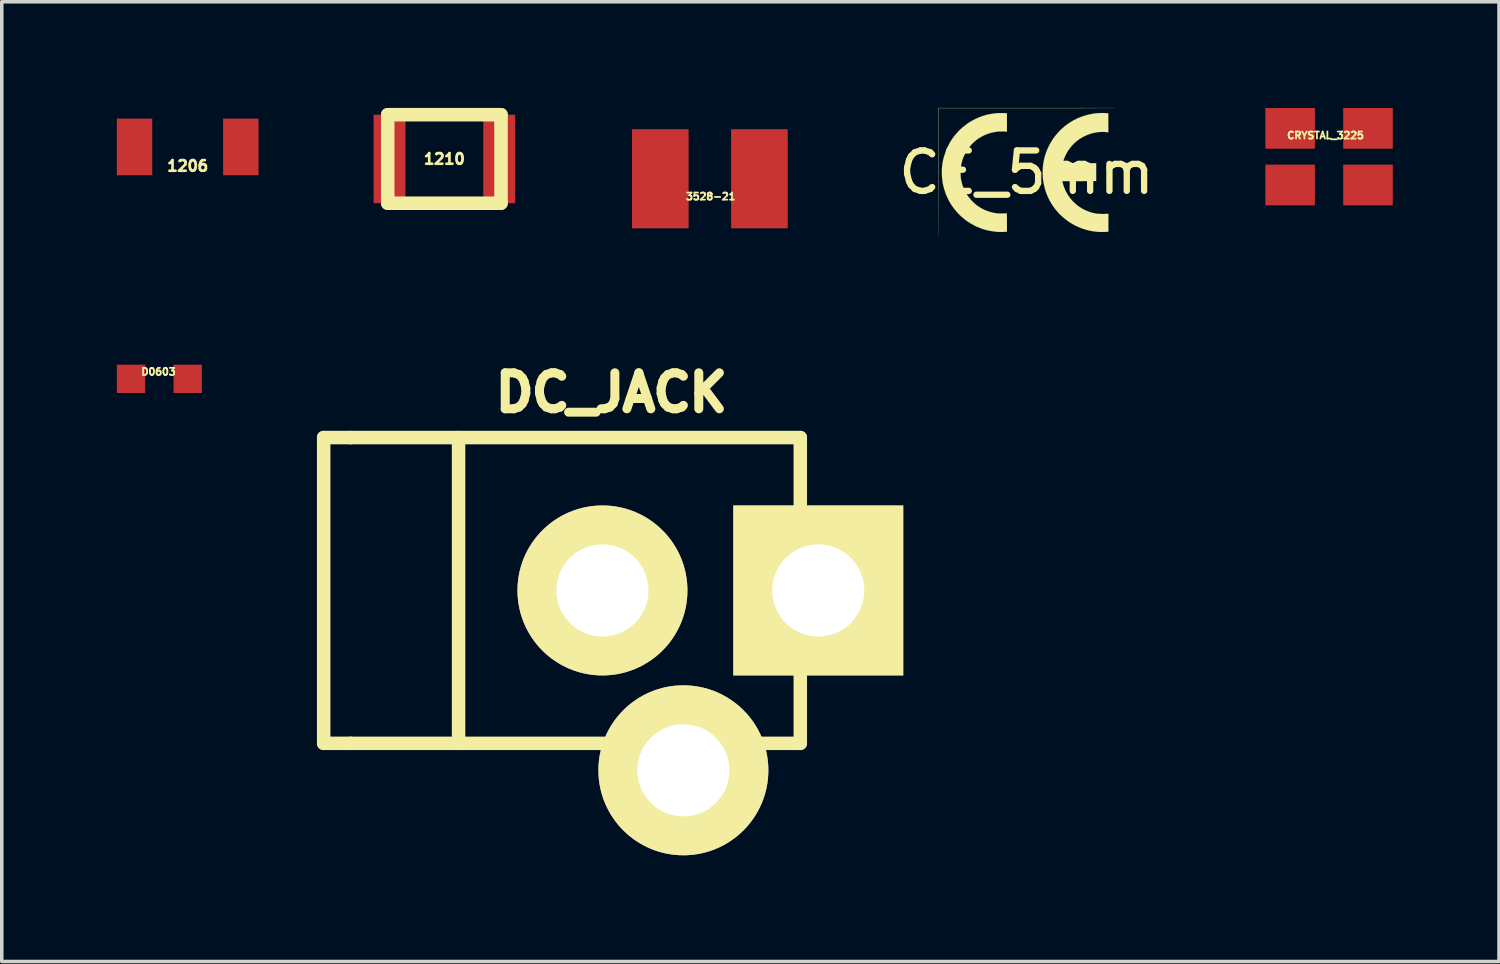
<source format=kicad_pcb>
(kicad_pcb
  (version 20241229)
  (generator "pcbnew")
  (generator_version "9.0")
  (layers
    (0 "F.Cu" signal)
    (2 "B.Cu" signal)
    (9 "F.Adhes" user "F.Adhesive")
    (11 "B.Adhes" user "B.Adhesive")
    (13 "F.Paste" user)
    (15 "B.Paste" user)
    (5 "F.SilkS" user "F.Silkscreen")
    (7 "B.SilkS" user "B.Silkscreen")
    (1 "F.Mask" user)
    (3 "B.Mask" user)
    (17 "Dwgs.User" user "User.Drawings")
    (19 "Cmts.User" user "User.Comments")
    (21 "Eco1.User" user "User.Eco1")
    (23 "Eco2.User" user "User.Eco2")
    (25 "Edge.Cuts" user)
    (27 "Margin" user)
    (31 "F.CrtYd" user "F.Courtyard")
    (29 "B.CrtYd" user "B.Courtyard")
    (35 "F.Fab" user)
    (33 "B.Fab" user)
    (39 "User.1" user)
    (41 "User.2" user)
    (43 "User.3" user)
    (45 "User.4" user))
  (footprint "3528-21"
    (layer "F.Cu")
    (at 17 1.999)
    (property "Reference" "3528-21" (at 0.025 0.5 0) (layer "F.SilkS") (effects (font (size 0.2 0.2) (thickness 0.05))))
    (attr smd)
    (fp_line (start -2.499 -1.501) (end -2.499 1.501) (stroke (width 0.001) (type solid)) (layer "F.SilkS"))
    (fp_line (start -2.499 1.501) (end -1.999 1.999) (stroke (width 0.001) (type solid)) (layer "F.SilkS"))
    (fp_line (start -1.999 -1.999) (end -2.499 -1.501) (stroke (width 0.001) (type solid)) (layer "F.SilkS"))
    (fp_line (start -1.75 -1.4) (end 1.75 -1.4) (stroke (width 0.001) (type solid)) (layer "F.SilkS"))
    (fp_line (start -1.75 1.4) (end -1.75 -1.4) (stroke (width 0.001) (type solid)) (layer "F.SilkS"))
    (fp_line (start 1.75 -1.4) (end 1.75 1.4) (stroke (width 0.001) (type solid)) (layer "F.SilkS"))
    (fp_line (start 1.75 1.4) (end -1.75 1.4) (stroke (width 0.001) (type solid)) (layer "F.SilkS"))
    (pad "1" smd rect (at -1.4 0) (size 1.6 2.799) (layers "F.Cu" "F.Mask" "F.Paste"))
    (pad "2" smd rect (at 1.4 0) (size 1.6 2.799) (layers "F.Cu" "F.Mask" "F.Paste")))
  (footprint "1206"
    (layer "F.Cu")
    (at 2.251 1.1)
    (property "Reference" "1206" (at 0 0.537 0) (layer "F.SilkS") (effects (font (size 0.3 0.3) (thickness 0.075))))
    (attr smd)
    (fp_line (start -2.25 -1.1) (end -2.25 1.1) (stroke (width 0.001) (type solid)) (layer "F.SilkS"))
    (fp_line (start -2.25 1.1) (end 2.25 1.1) (stroke (width 0.001) (type solid)) (layer "F.SilkS"))
    (fp_line (start 2.25 -1.1) (end -2.25 -1.1) (stroke (width 0.001) (type solid)) (layer "F.SilkS"))
    (fp_line (start 2.25 1.1) (end 2.25 -1.1) (stroke (width 0.001) (type solid)) (layer "F.SilkS"))
    (pad "1" smd rect (at -1.501 0) (size 1.001 1.6) (layers "F.Cu" "F.Mask" "F.Paste"))
    (pad "2" smd rect (at 1.501 0) (size 1.001 1.6) (layers "F.Cu" "F.Mask" "F.Paste")))
  (footprint "1210"
    (layer "F.Cu")
    (at 9.501 1.44)
    (property "Reference" "1210" (at 0 0 0) (layer "F.SilkS") (effects (font (size 0.3 0.3) (thickness 0.076))))
    (attr through_hole)
    (fp_line (start -1.6 -1.25) (end -1.6 1.25) (stroke (width 0.381) (type solid)) (layer "F.SilkS"))
    (fp_line (start -1.6 1.25) (end 1.6 1.25) (stroke (width 0.381) (type solid)) (layer "F.SilkS"))
    (fp_line (start 1.6 -1.25) (end -1.6 -1.25) (stroke (width 0.381) (type solid)) (layer "F.SilkS"))
    (fp_line (start 1.6 1.25) (end 1.6 -1.25) (stroke (width 0.381) (type solid)) (layer "F.SilkS"))
    (pad "1" smd rect (at -1.549 0) (size 0.899 2.499) (layers "F.Cu" "F.Mask" "F.Paste"))
    (pad "2" smd rect (at 1.549 0) (size 0.899 2.499) (layers "F.Cu" "F.Mask" "F.Paste")))
  (footprint "CRYSTAL_3225"
    (layer "F.Cu")
    (at 34.489 1.375)
    (property "Reference" "CRYSTAL_3225" (at -0.1 -0.6 0) (layer "F.SilkS") (effects (font (size 0.2 0.2) (thickness 0.05))))
    (attr smd)
    (fp_line (start -1.6 -1.3) (end 1.6 -1.3) (stroke (width 0.001) (type solid)) (layer "F.SilkS"))
    (fp_line (start -1.6 1.3) (end -1.6 -1.3) (stroke (width 0.001) (type solid)) (layer "F.SilkS"))
    (fp_line (start -1.587 0.508) (end -0.572 0.508) (stroke (width 0.001) (type solid)) (layer "F.SilkS"))
    (fp_line (start -0.572 0.508) (end -0.572 1.27) (stroke (width 0.001) (type solid)) (layer "F.SilkS"))
    (fp_line (start 1.6 -1.3) (end 1.6 1.3) (stroke (width 0.001) (type solid)) (layer "F.SilkS"))
    (fp_line (start 1.6 1.3) (end -1.6 1.3) (stroke (width 0.001) (type solid)) (layer "F.SilkS"))
    (pad "1" smd rect (at -1.1 0.8) (size 1.4 1.151) (layers "F.Cu" "F.Mask" "F.Paste"))
    (pad "2" smd rect (at 1.1 -0.8) (size 1.4 1.151) (layers "F.Cu" "F.Mask" "F.Paste"))
    (pad "3" smd rect (at -1.1 -0.8) (size 1.4 1.151) (layers "F.Cu" "F.Mask" "F.Paste"))
    (pad "3" smd rect (at 1.1 0.8) (size 1.4 1.151) (layers "F.Cu" "F.Mask" "F.Paste")))
  (footprint "CE_5mm"
    (layer "F.Cu")
    (at 25.945 1.822)
    (property "Reference" "CE_5mm" (at 0 0 0) (layer "F.SilkS") (effects (font (size 1.143 1.143) (thickness 0.178))))
    (attr through_hole)
    (fp_poly (pts (xy 2.499 -1.821) (xy 0.003 -1.819) (xy -2.494 -1.819) (xy -2.494 0.003) (xy -2.497 1.824) (xy -2.497 0) (xy -2.497 -1.821) (xy 0 -1.821) (xy 2.499 -1.821)) (stroke (width 0.003) (type solid)) (fill yes) (layer "F.SilkS"))
    (fp_poly (pts (xy 2.311 1.671) (xy 2.301 1.671) (xy 2.289 1.674) (xy 2.268 1.676) (xy 2.243 1.676) (xy 2.217 1.679) (xy 2.187 1.679) (xy 2.156 1.679) (xy 2.129 1.679) (xy 2.101 1.679) (xy 2.075 1.679) (xy 2.052 1.679) (xy 2.05 1.679) (xy 1.961 1.671) (xy 1.877 1.661) (xy 1.796 1.646) (xy 1.714 1.626) (xy 1.659 1.61) (xy 1.56 1.58) (xy 1.463 1.539) (xy 1.369 1.496) (xy 1.278 1.445) (xy 1.189 1.389) (xy 1.105 1.326) (xy 1.024 1.26) (xy 0.947 1.189) (xy 0.876 1.113) (xy 0.81 1.034) (xy 0.762 0.968) (xy 0.704 0.879) (xy 0.65 0.79) (xy 0.605 0.696) (xy 0.566 0.602) (xy 0.531 0.505) (xy 0.505 0.406) (xy 0.483 0.307) (xy 0.467 0.208) (xy 0.457 0.107) (xy 0.455 0.005) (xy 0.457 -0.094) (xy 0.465 -0.196) (xy 0.48 -0.295) (xy 0.5 -0.396) (xy 0.528 -0.493) (xy 0.561 -0.589) (xy 0.599 -0.683) (xy 0.645 -0.777) (xy 0.696 -0.869) (xy 0.752 -0.955) (xy 0.792 -1.011) (xy 0.859 -1.092) (xy 0.927 -1.168) (xy 1.003 -1.242) (xy 1.082 -1.311) (xy 1.163 -1.372) (xy 1.25 -1.427) (xy 1.339 -1.481) (xy 1.433 -1.527) (xy 1.527 -1.567) (xy 1.626 -1.6) (xy 1.725 -1.628) (xy 1.826 -1.651) (xy 1.93 -1.669) (xy 2.035 -1.676) (xy 2.136 -1.681) (xy 2.154 -1.681) (xy 2.174 -1.679) (xy 2.2 -1.679) (xy 2.223 -1.679) (xy 2.245 -1.676) (xy 2.266 -1.674) (xy 2.283 -1.674) (xy 2.296 -1.671) (xy 2.299 -1.671) (xy 2.309 -1.671) (xy 2.309 -1.402) (xy 2.309 -1.135) (xy 2.291 -1.138) (xy 2.235 -1.143) (xy 2.177 -1.146) (xy 2.118 -1.146) (xy 2.062 -1.143) (xy 2.009 -1.138) (xy 2.007 -1.138) (xy 1.918 -1.123) (xy 1.831 -1.102) (xy 1.748 -1.074) (xy 1.669 -1.041) (xy 1.59 -1.003) (xy 1.516 -0.958) (xy 1.445 -0.909) (xy 1.377 -0.853) (xy 1.313 -0.792) (xy 1.255 -0.726) (xy 1.212 -0.671) (xy 1.166 -0.605) (xy 1.123 -0.531) (xy 1.087 -0.457) (xy 1.054 -0.376) (xy 1.034 -0.312) (xy 1.029 -0.295) (xy 1.026 -0.282) (xy 1.024 -0.272) (xy 1.021 -0.267) (xy 1.024 -0.267) (xy 1.029 -0.264) (xy 1.034 -0.264) (xy 1.044 -0.264) (xy 1.054 -0.264) (xy 1.069 -0.264) (xy 1.087 -0.264) (xy 1.11 -0.264) (xy 1.135 -0.262) (xy 1.166 -0.262) (xy 1.201 -0.262) (xy 1.24 -0.262) (xy 1.285 -0.262) (xy 1.336 -0.262) (xy 1.392 -0.262) (xy 1.455 -0.262) (xy 1.494 -0.262) (xy 1.966 -0.262) (xy 1.966 -0.01) (xy 1.966 0.241) (xy 1.488 0.244) (xy 1.008 0.244) (xy 1.024 0.3) (xy 1.036 0.351) (xy 1.052 0.396) (xy 1.069 0.439) (xy 1.087 0.485) (xy 1.11 0.531) (xy 1.115 0.541) (xy 1.156 0.617) (xy 1.204 0.688) (xy 1.257 0.757) (xy 1.316 0.823) (xy 1.379 0.881) (xy 1.445 0.937) (xy 1.481 0.963) (xy 1.554 1.011) (xy 1.631 1.052) (xy 1.709 1.087) (xy 1.791 1.118) (xy 1.877 1.143) (xy 1.966 1.161) (xy 1.984 1.163) (xy 2.012 1.166) (xy 2.042 1.168) (xy 2.075 1.171) (xy 2.111 1.171) (xy 2.146 1.173) (xy 2.182 1.173) (xy 2.217 1.171) (xy 2.248 1.171) (xy 2.276 1.168) (xy 2.299 1.166) (xy 2.304 1.163) (xy 2.311 1.163) (xy 2.311 1.417) (xy 2.311 1.671)) (stroke (width 0.003) (type solid)) (fill yes) (layer "F.SilkS"))
    (fp_poly (pts (xy -0.554 1.671) (xy -0.572 1.674) (xy -0.579 1.676) (xy -0.594 1.676) (xy -0.612 1.676) (xy -0.635 1.676) (xy -0.658 1.679) (xy -0.683 1.679) (xy -0.709 1.679) (xy -0.734 1.679) (xy -0.757 1.679) (xy -0.775 1.679) (xy -0.787 1.679) (xy -0.798 1.679) (xy -0.805 1.679) (xy -0.82 1.676) (xy -0.836 1.676) (xy -0.856 1.674) (xy -0.958 1.661) (xy -1.057 1.643) (xy -1.158 1.621) (xy -1.257 1.59) (xy -1.354 1.552) (xy -1.405 1.532) (xy -1.496 1.486) (xy -1.585 1.435) (xy -1.674 1.379) (xy -1.755 1.318) (xy -1.836 1.25) (xy -1.91 1.179) (xy -1.981 1.102) (xy -2.047 1.021) (xy -2.108 0.937) (xy -2.149 0.874) (xy -2.187 0.808) (xy -2.223 0.737) (xy -2.256 0.665) (xy -2.286 0.594) (xy -2.309 0.523) (xy -2.311 0.516) (xy -2.342 0.414) (xy -2.365 0.31) (xy -2.38 0.206) (xy -2.39 0.099) (xy -2.393 -0.005) (xy -2.39 -0.112) (xy -2.38 -0.216) (xy -2.365 -0.315) (xy -2.342 -0.414) (xy -2.311 -0.513) (xy -2.278 -0.61) (xy -2.238 -0.706) (xy -2.192 -0.798) (xy -2.141 -0.886) (xy -2.106 -0.94) (xy -2.045 -1.024) (xy -1.979 -1.105) (xy -1.908 -1.181) (xy -1.834 -1.252) (xy -1.753 -1.318) (xy -1.669 -1.382) (xy -1.582 -1.438) (xy -1.491 -1.488) (xy -1.397 -1.534) (xy -1.3 -1.575) (xy -1.201 -1.608) (xy -1.199 -1.608) (xy -1.11 -1.633) (xy -1.016 -1.651) (xy -0.922 -1.666) (xy -0.826 -1.676) (xy -0.732 -1.679) (xy -0.64 -1.679) (xy -0.582 -1.674) (xy -0.554 -1.674) (xy -0.554 -1.41) (xy -0.554 -1.148) (xy -0.561 -1.151) (xy -0.577 -1.153) (xy -0.597 -1.156) (xy -0.622 -1.158) (xy -0.65 -1.158) (xy -0.681 -1.158) (xy -0.714 -1.158) (xy -0.747 -1.158) (xy -0.777 -1.158) (xy -0.808 -1.156) (xy -0.833 -1.153) (xy -0.851 -1.151) (xy -0.94 -1.135) (xy -1.026 -1.115) (xy -1.11 -1.087) (xy -1.191 -1.054) (xy -1.27 -1.013) (xy -1.344 -0.97) (xy -1.415 -0.919) (xy -1.483 -0.861) (xy -1.524 -0.823) (xy -1.585 -0.757) (xy -1.641 -0.688) (xy -1.689 -0.615) (xy -1.732 -0.541) (xy -1.77 -0.462) (xy -1.803 -0.381) (xy -1.829 -0.297) (xy -1.847 -0.211) (xy -1.859 -0.122) (xy -1.862 -0.099) (xy -1.864 -0.076) (xy -1.864 -0.046) (xy -1.864 -0.013) (xy -1.864 0.023) (xy -1.864 0.058) (xy -1.862 0.091) (xy -1.859 0.122) (xy -1.857 0.15) (xy -1.857 0.163) (xy -1.841 0.244) (xy -1.821 0.323) (xy -1.796 0.399) (xy -1.765 0.475) (xy -1.75 0.503) (xy -1.712 0.577) (xy -1.671 0.645) (xy -1.623 0.709) (xy -1.572 0.772) (xy -1.524 0.823) (xy -1.46 0.881) (xy -1.392 0.937) (xy -1.318 0.986) (xy -1.245 1.029) (xy -1.163 1.067) (xy -1.082 1.097) (xy -0.998 1.123) (xy -0.909 1.143) (xy -0.871 1.148) (xy -0.853 1.151) (xy -0.838 1.153) (xy -0.826 1.156) (xy -0.81 1.156) (xy -0.795 1.156) (xy -0.777 1.158) (xy -0.757 1.158) (xy -0.729 1.158) (xy -0.706 1.158) (xy -0.678 1.158) (xy -0.653 1.158) (xy -0.627 1.156) (xy -0.607 1.156) (xy -0.592 1.156) (xy -0.579 1.153) (xy -0.566 1.153) (xy -0.559 1.151) (xy -0.556 1.151) (xy -0.556 1.153) (xy -0.556 1.163) (xy -0.556 1.179) (xy -0.556 1.199) (xy -0.556 1.224) (xy -0.554 1.255) (xy -0.554 1.288) (xy -0.554 1.323) (xy -0.554 1.361) (xy -0.554 1.402) (xy -0.554 1.412) (xy -0.554 1.671)) (stroke (width 0.003) (type solid)) (fill yes) (layer "F.SilkS")))
  (footprint "DC_JACK"
    (layer "F.Cu")
    (at 13.966 13.627)
    (property "Reference" "DC_JACK" (at 0.254 -5.588 0) (layer "F.SilkS") (effects (font (size 1.016 1.016) (thickness 0.254))))
    (attr through_hole)
    (fp_line (start -7.874 -4.318) (end -7.874 4.318) (stroke (width 0.381) (type solid)) (layer "F.SilkS"))
    (fp_line (start -7.874 4.318) (end -7.112 4.318) (stroke (width 0.381) (type solid)) (layer "F.SilkS"))
    (fp_line (start -7.112 -4.318) (end -7.874 -4.318) (stroke (width 0.381) (type solid)) (layer "F.SilkS"))
    (fp_line (start -7.112 -4.318) (end 5.588 -4.318) (stroke (width 0.381) (type solid)) (layer "F.SilkS"))
    (fp_line (start -7.112 4.318) (end 5.588 4.318) (stroke (width 0.381) (type solid)) (layer "F.SilkS"))
    (fp_line (start -4.064 -4.318) (end -4.064 4.318) (stroke (width 0.381) (type solid)) (layer "F.SilkS"))
    (fp_line (start 5.588 -4.318) (end 5.588 4.318) (stroke (width 0.381) (type solid)) (layer "F.SilkS"))
    (pad "1" thru_hole rect (at 6.096 0) (size 4.801 4.801) (drill 2.601) (layers "*.Cu" "*.Mask" "F.SilkS"))
    (pad "2" thru_hole circle (at 0 0) (size 4.801 4.801) (drill 2.601) (layers "*.Cu" "*.Mask" "F.SilkS"))
    (pad "3" thru_hole circle (at 2.286 5.08) (size 4.801 4.801) (drill 2.601) (layers "*.Cu" "*.Mask" "F.SilkS")))
  (footprint "D0603"
    (layer "F.Cu")
    (at 1.451 7.65)
    (property "Reference" "D0603" (at -0.025 -0.2 0) (layer "F.SilkS") (effects (font (size 0.2 0.2) (thickness 0.05))))
    (attr smd)
    (fp_line (start -1.45 -0.65) (end 1.45 -0.65) (stroke (width 0.001) (type solid)) (layer "F.SilkS"))
    (fp_line (start -1.45 0.65) (end -1.45 -0.65) (stroke (width 0.001) (type solid)) (layer "F.SilkS"))
    (fp_line (start -1.079 0) (end -0.572 0) (stroke (width 0.001) (type solid)) (layer "F.SilkS"))
    (fp_line (start -0.826 -0.254) (end -0.826 0.254) (stroke (width 0.001) (type solid)) (layer "F.SilkS"))
    (fp_line (start 1.45 -0.65) (end 1.45 0.65) (stroke (width 0.001) (type solid)) (layer "F.SilkS"))
    (fp_line (start 1.45 0.65) (end -1.45 0.65) (stroke (width 0.001) (type solid)) (layer "F.SilkS"))
    (pad "1" smd rect (at -0.8 0) (size 0.8 0.8) (layers "F.Cu" "F.Mask" "F.Paste"))
    (pad "2" smd rect (at 0.8 0) (size 0.8 0.8) (layers "F.Cu" "F.Mask" "F.Paste")))
  (gr_rect
    (start -3 -3)
    (end 39.289 24.107)
    (stroke (width 0.1) (type default))
    (fill no)
    (layer "Edge.Cuts")))
</source>
